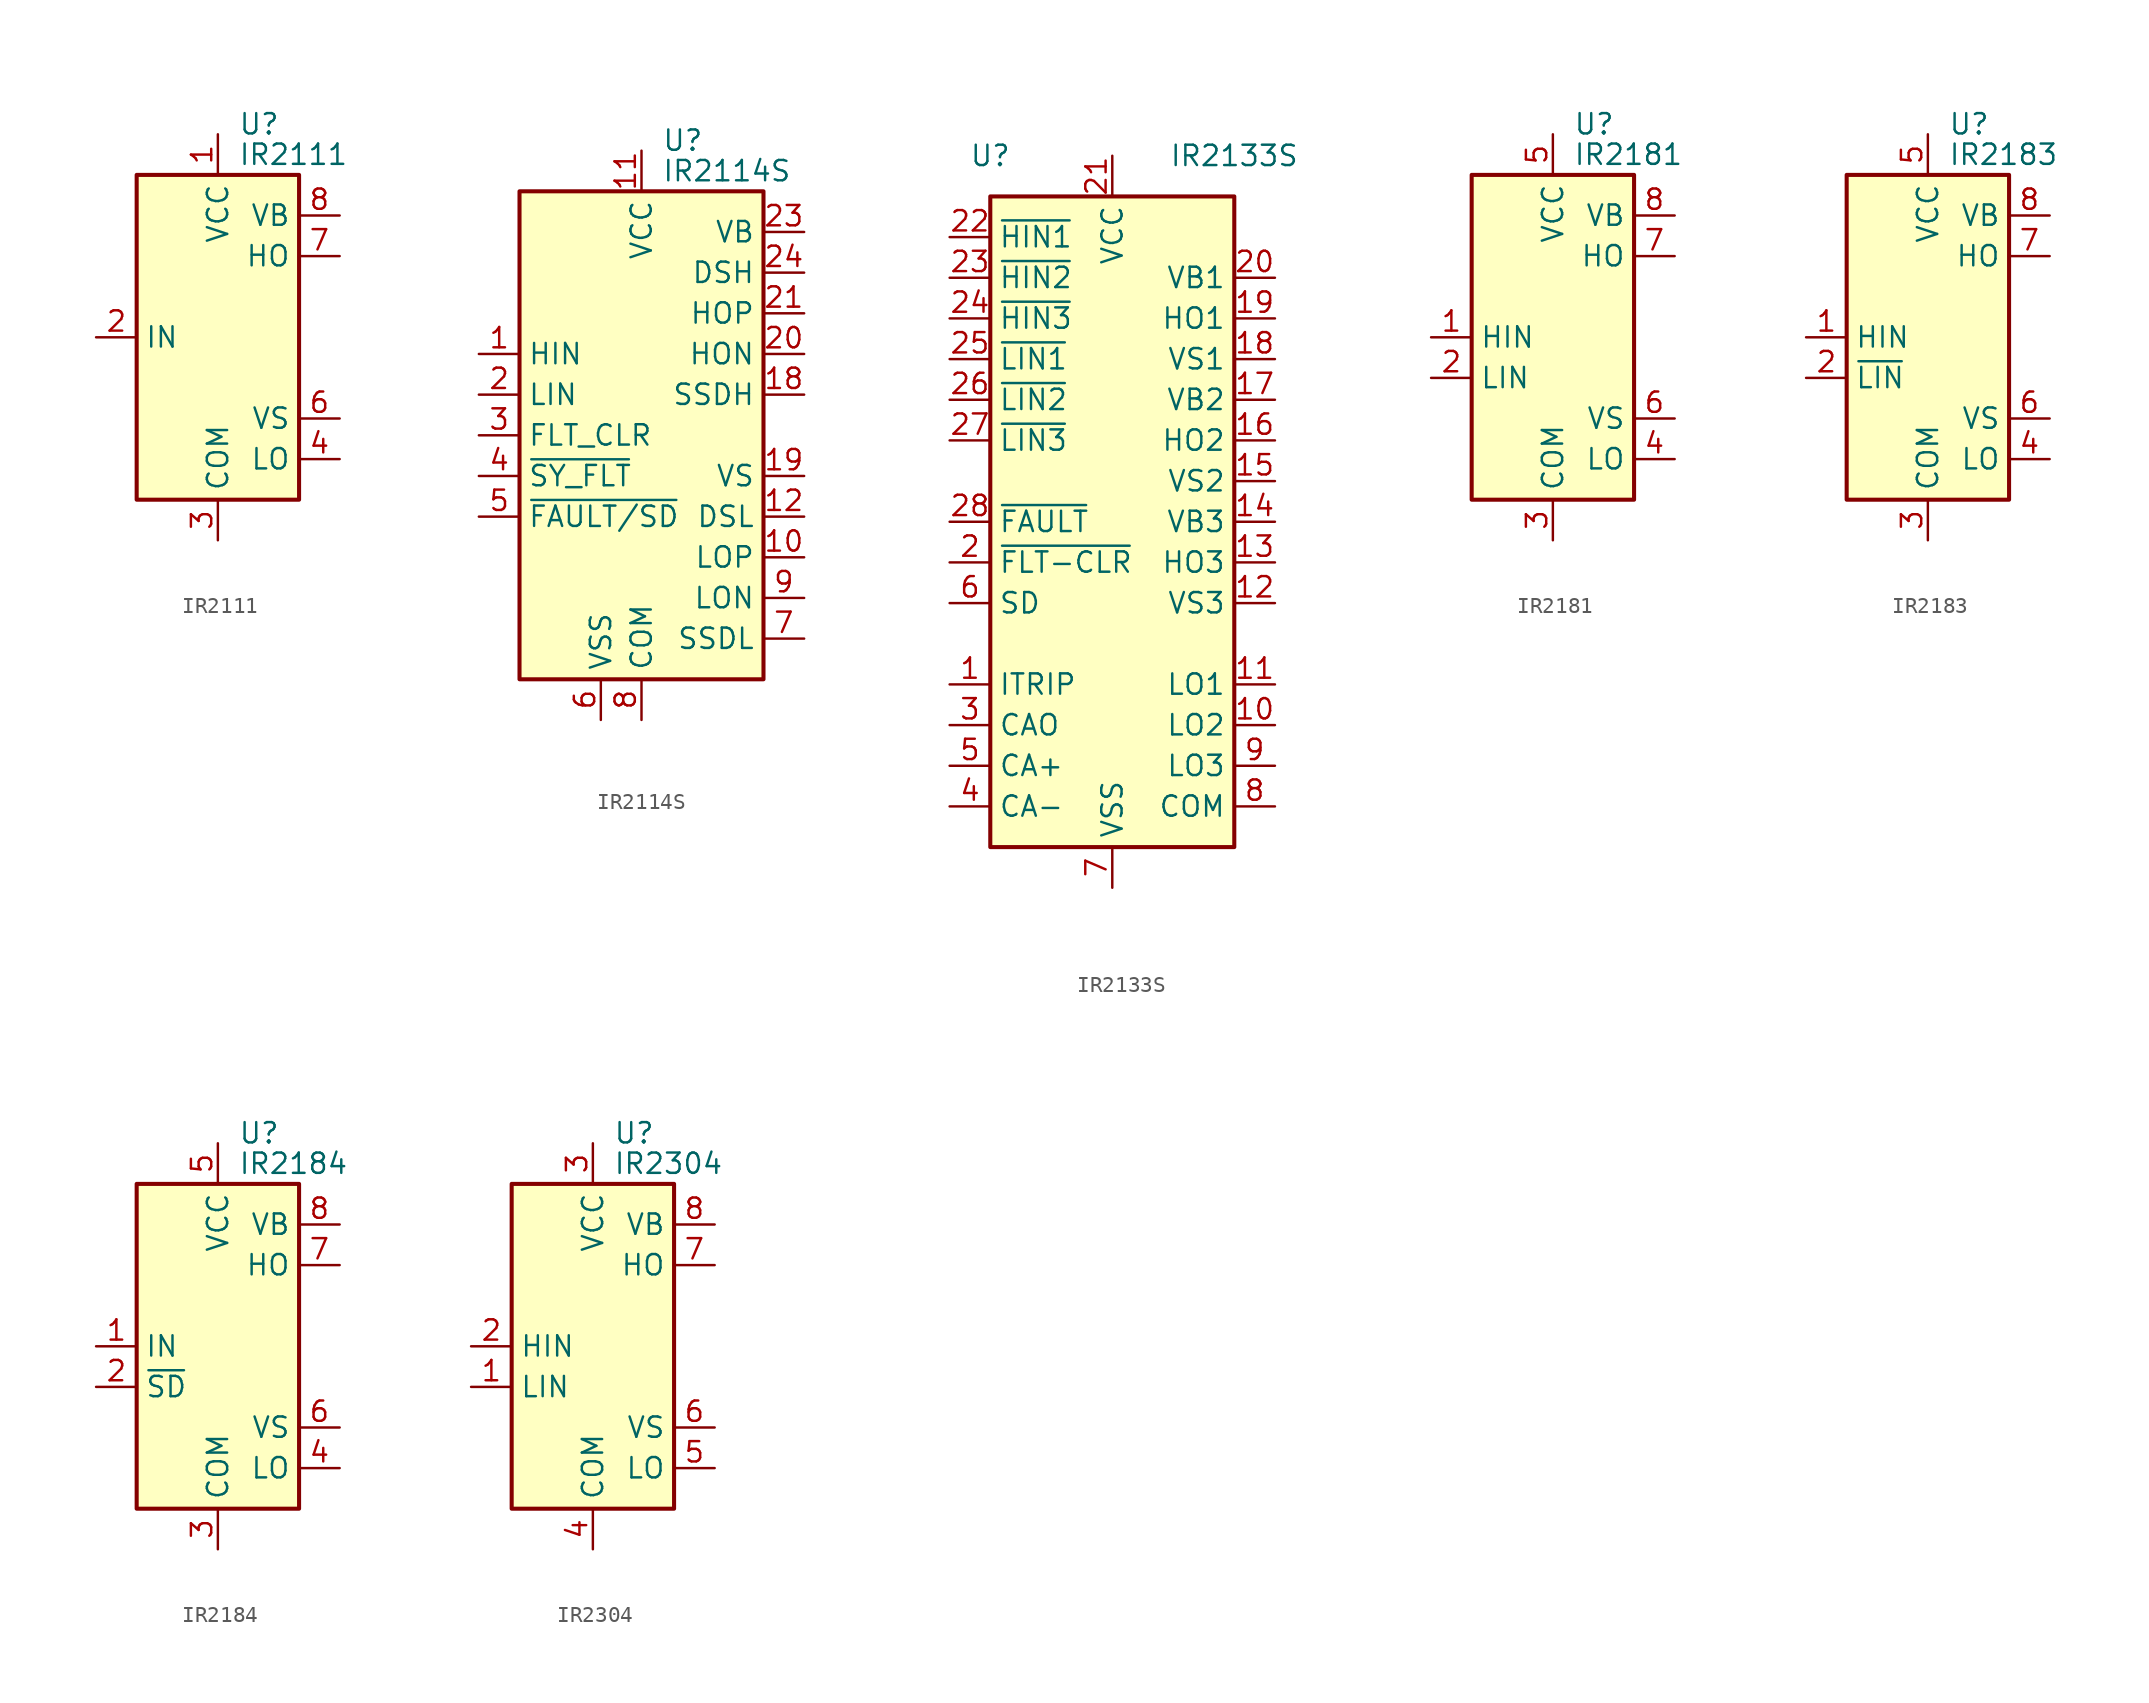
<source format=kicad_sym>
(kicad_symbol_lib
  (version 20241209)
  (generator "kicad_symbol_editor")
  (generator_version "9.0")
  (symbol "IR2111"
    (property "Reference" "U"
      (at 1.27 13.335 0)
      (effects (font (size 1.27 1.27)) (justify left)))
    (property "Value" "IR2111"
      (at 1.27 11.43 0)
      (effects (font (size 1.27 1.27)) (justify left)))
    (symbol "IR2111_0_1"
      (rectangle (start -5.08 -10.16) (end 5.08 10.16) (stroke (width 0.254) (type default)) (fill (type background))))
    (symbol "IR2111_1_1"
      (pin input line (at -7.62 0 0) (length 2.54) (name "IN" (effects (font (size 1.27 1.27)))) (number "2" (effects (font (size 1.27 1.27)))))
      (pin no_connect line (at -5.08 7.62 0) (length 2.54) (hide yes) (name "NC" (effects (font (size 1.27 1.27)))) (number "5" (effects (font (size 1.27 1.27)))))
      (pin power_in line (at 0 12.7 270) (length 2.54) (name "VCC" (effects (font (size 1.27 1.27)))) (number "1" (effects (font (size 1.27 1.27)))))
      (pin power_in line (at 0 -12.7 90) (length 2.54) (name "COM" (effects (font (size 1.27 1.27)))) (number "3" (effects (font (size 1.27 1.27)))))
      (pin passive line (at 7.62 7.62 180) (length 2.54) (name "VB" (effects (font (size 1.27 1.27)))) (number "8" (effects (font (size 1.27 1.27)))))
      (pin output line (at 7.62 5.08 180) (length 2.54) (name "HO" (effects (font (size 1.27 1.27)))) (number "7" (effects (font (size 1.27 1.27)))))
      (pin passive line (at 7.62 -5.08 180) (length 2.54) (name "VS" (effects (font (size 1.27 1.27)))) (number "6" (effects (font (size 1.27 1.27)))))
      (pin output line (at 7.62 -7.62 180) (length 2.54) (name "LO" (effects (font (size 1.27 1.27)))) (number "4" (effects (font (size 1.27 1.27)))))))
  (symbol "IR2114S"
    (property "Reference" "U"
      (at 1.27 18.415 0)
      (effects (font (size 1.27 1.27)) (justify left)))
    (property "Value" "IR2114S"
      (at 1.27 16.51 0)
      (effects (font (size 1.27 1.27)) (justify left)))
    (symbol "IR2114S_0_1"
      (rectangle (start -7.62 -15.24) (end 7.62 15.24) (stroke (width 0.254) (type default)) (fill (type background))))
    (symbol "IR2114S_1_1"
      (pin input line (at -10.16 5.08 0) (length 2.54) (name "HIN" (effects (font (size 1.27 1.27)))) (number "1" (effects (font (size 1.27 1.27)))))
      (pin input line (at -10.16 2.54 0) (length 2.54) (name "LIN" (effects (font (size 1.27 1.27)))) (number "2" (effects (font (size 1.27 1.27)))))
      (pin input line (at -10.16 0 0) (length 2.54) (name "FLT_CLR" (effects (font (size 1.27 1.27)))) (number "3" (effects (font (size 1.27 1.27)))))
      (pin bidirectional line (at -10.16 -2.54 0) (length 2.54) (name "~{SY_FLT}" (effects (font (size 1.27 1.27)))) (number "4" (effects (font (size 1.27 1.27)))))
      (pin bidirectional line (at -10.16 -5.08 0) (length 2.54) (name "~{FAULT/SD}" (effects (font (size 1.27 1.27)))) (number "5" (effects (font (size 1.27 1.27)))))
      (pin no_connect line (at -7.62 12.7 0) (length 2.54) (hide yes) (name "NC" (effects (font (size 1.27 1.27)))) (number "13" (effects (font (size 1.27 1.27)))))
      (pin no_connect line (at -7.62 10.16 0) (length 2.54) (hide yes) (name "NC" (effects (font (size 1.27 1.27)))) (number "14" (effects (font (size 1.27 1.27)))))
      (pin no_connect line (at -7.62 7.62 0) (length 2.54) (hide yes) (name "NC" (effects (font (size 1.27 1.27)))) (number "15" (effects (font (size 1.27 1.27)))))
      (pin no_connect line (at -7.62 -7.62 0) (length 2.54) (hide yes) (name "NC" (effects (font (size 1.27 1.27)))) (number "16" (effects (font (size 1.27 1.27)))))
      (pin no_connect line (at -7.62 -10.16 0) (length 2.54) (hide yes) (name "NC" (effects (font (size 1.27 1.27)))) (number "17" (effects (font (size 1.27 1.27)))))
      (pin no_connect line (at -7.62 -12.7 0) (length 2.54) (hide yes) (name "NC" (effects (font (size 1.27 1.27)))) (number "22" (effects (font (size 1.27 1.27)))))
      (pin power_in line (at -2.54 -17.78 90) (length 2.54) (name "VSS" (effects (font (size 1.27 1.27)))) (number "6" (effects (font (size 1.27 1.27)))))
      (pin power_in line (at 0 17.78 270) (length 2.54) (name "VCC" (effects (font (size 1.27 1.27)))) (number "11" (effects (font (size 1.27 1.27)))))
      (pin power_in line (at 0 -17.78 90) (length 2.54) (name "COM" (effects (font (size 1.27 1.27)))) (number "8" (effects (font (size 1.27 1.27)))))
      (pin passive line (at 10.16 12.7 180) (length 2.54) (name "VB" (effects (font (size 1.27 1.27)))) (number "23" (effects (font (size 1.27 1.27)))))
      (pin input line (at 10.16 10.16 180) (length 2.54) (name "DSH" (effects (font (size 1.27 1.27)))) (number "24" (effects (font (size 1.27 1.27)))))
      (pin output line (at 10.16 7.62 180) (length 2.54) (name "HOP" (effects (font (size 1.27 1.27)))) (number "21" (effects (font (size 1.27 1.27)))))
      (pin output line (at 10.16 5.08 180) (length 2.54) (name "HON" (effects (font (size 1.27 1.27)))) (number "20" (effects (font (size 1.27 1.27)))))
      (pin input line (at 10.16 2.54 180) (length 2.54) (name "SSDH" (effects (font (size 1.27 1.27)))) (number "18" (effects (font (size 1.27 1.27)))))
      (pin passive line (at 10.16 -2.54 180) (length 2.54) (name "VS" (effects (font (size 1.27 1.27)))) (number "19" (effects (font (size 1.27 1.27)))))
      (pin input line (at 10.16 -5.08 180) (length 2.54) (name "DSL" (effects (font (size 1.27 1.27)))) (number "12" (effects (font (size 1.27 1.27)))))
      (pin output line (at 10.16 -7.62 180) (length 2.54) (name "LOP" (effects (font (size 1.27 1.27)))) (number "10" (effects (font (size 1.27 1.27)))))
      (pin output line (at 10.16 -10.16 180) (length 2.54) (name "LON" (effects (font (size 1.27 1.27)))) (number "9" (effects (font (size 1.27 1.27)))))
      (pin input line (at 10.16 -12.7 180) (length 2.54) (name "SSDL" (effects (font (size 1.27 1.27)))) (number "7" (effects (font (size 1.27 1.27)))))))
  (symbol "IR2133S"
    (property "Reference" "U"
      (at -7.62 22.86 0)
      (effects (font (size 1.27 1.27))))
    (property "Value" "IR2133S"
      (at 7.62 22.86 0)
      (effects (font (size 1.27 1.27))))
    (symbol "IR2133S_1_1"
      (rectangle (start -7.62 -20.32) (end 7.62 20.32) (stroke (width 0.254) (type default)) (fill (type background)))
      (pin input line (at -10.16 17.78 0) (length 2.54) (name "~{HIN1}" (effects (font (size 1.27 1.27)))) (number "22" (effects (font (size 1.27 1.27)))))
      (pin input line (at -10.16 15.24 0) (length 2.54) (name "~{HIN2}" (effects (font (size 1.27 1.27)))) (number "23" (effects (font (size 1.27 1.27)))))
      (pin input line (at -10.16 12.7 0) (length 2.54) (name "~{HIN3}" (effects (font (size 1.27 1.27)))) (number "24" (effects (font (size 1.27 1.27)))))
      (pin input line (at -10.16 10.16 0) (length 2.54) (name "~{LIN1}" (effects (font (size 1.27 1.27)))) (number "25" (effects (font (size 1.27 1.27)))))
      (pin input line (at -10.16 7.62 0) (length 2.54) (name "~{LIN2}" (effects (font (size 1.27 1.27)))) (number "26" (effects (font (size 1.27 1.27)))))
      (pin input line (at -10.16 5.08 0) (length 2.54) (name "~{LIN3}" (effects (font (size 1.27 1.27)))) (number "27" (effects (font (size 1.27 1.27)))))
      (pin output line (at -10.16 0 0) (length 2.54) (name "~{FAULT}" (effects (font (size 1.27 1.27)))) (number "28" (effects (font (size 1.27 1.27)))))
      (pin input line (at -10.16 -2.54 0) (length 2.54) (name "~{FLT-CLR}" (effects (font (size 1.27 1.27)))) (number "2" (effects (font (size 1.27 1.27)))))
      (pin input line (at -10.16 -5.08 0) (length 2.54) (name "SD" (effects (font (size 1.27 1.27)))) (number "6" (effects (font (size 1.27 1.27)))))
      (pin input line (at -10.16 -10.16 0) (length 2.54) (name "ITRIP" (effects (font (size 1.27 1.27)))) (number "1" (effects (font (size 1.27 1.27)))))
      (pin output line (at -10.16 -12.7 0) (length 2.54) (name "CAO" (effects (font (size 1.27 1.27)))) (number "3" (effects (font (size 1.27 1.27)))))
      (pin input line (at -10.16 -15.24 0) (length 2.54) (name "CA+" (effects (font (size 1.27 1.27)))) (number "5" (effects (font (size 1.27 1.27)))))
      (pin input line (at -10.16 -17.78 0) (length 2.54) (name "CA-" (effects (font (size 1.27 1.27)))) (number "4" (effects (font (size 1.27 1.27)))))
      (pin power_in line (at 0 22.86 270) (length 2.54) (name "VCC" (effects (font (size 1.27 1.27)))) (number "21" (effects (font (size 1.27 1.27)))))
      (pin power_in line (at 0 -22.86 90) (length 2.54) (name "VSS" (effects (font (size 1.27 1.27)))) (number "7" (effects (font (size 1.27 1.27)))))
      (pin passive line (at 10.16 15.24 180) (length 2.54) (name "VB1" (effects (font (size 1.27 1.27)))) (number "20" (effects (font (size 1.27 1.27)))))
      (pin output line (at 10.16 12.7 180) (length 2.54) (name "HO1" (effects (font (size 1.27 1.27)))) (number "19" (effects (font (size 1.27 1.27)))))
      (pin passive line (at 10.16 10.16 180) (length 2.54) (name "VS1" (effects (font (size 1.27 1.27)))) (number "18" (effects (font (size 1.27 1.27)))))
      (pin passive line (at 10.16 7.62 180) (length 2.54) (name "VB2" (effects (font (size 1.27 1.27)))) (number "17" (effects (font (size 1.27 1.27)))))
      (pin output line (at 10.16 5.08 180) (length 2.54) (name "HO2" (effects (font (size 1.27 1.27)))) (number "16" (effects (font (size 1.27 1.27)))))
      (pin passive line (at 10.16 2.54 180) (length 2.54) (name "VS2" (effects (font (size 1.27 1.27)))) (number "15" (effects (font (size 1.27 1.27)))))
      (pin passive line (at 10.16 0 180) (length 2.54) (name "VB3" (effects (font (size 1.27 1.27)))) (number "14" (effects (font (size 1.27 1.27)))))
      (pin output line (at 10.16 -2.54 180) (length 2.54) (name "HO3" (effects (font (size 1.27 1.27)))) (number "13" (effects (font (size 1.27 1.27)))))
      (pin passive line (at 10.16 -5.08 180) (length 2.54) (name "VS3" (effects (font (size 1.27 1.27)))) (number "12" (effects (font (size 1.27 1.27)))))
      (pin output line (at 10.16 -10.16 180) (length 2.54) (name "LO1" (effects (font (size 1.27 1.27)))) (number "11" (effects (font (size 1.27 1.27)))))
      (pin output line (at 10.16 -12.7 180) (length 2.54) (name "LO2" (effects (font (size 1.27 1.27)))) (number "10" (effects (font (size 1.27 1.27)))))
      (pin output line (at 10.16 -15.24 180) (length 2.54) (name "LO3" (effects (font (size 1.27 1.27)))) (number "9" (effects (font (size 1.27 1.27)))))
      (pin passive line (at 10.16 -17.78 180) (length 2.54) (name "COM" (effects (font (size 1.27 1.27)))) (number "8" (effects (font (size 1.27 1.27)))))))
  (symbol "IR2181"
    (property "Reference" "U"
      (at 1.27 13.335 0)
      (effects (font (size 1.27 1.27)) (justify left)))
    (property "Value" "IR2181"
      (at 1.27 11.43 0)
      (effects (font (size 1.27 1.27)) (justify left)))
    (symbol "IR2181_0_1"
      (rectangle (start -5.08 -10.16) (end 5.08 10.16) (stroke (width 0.254) (type default)) (fill (type background))))
    (symbol "IR2181_1_1"
      (pin input line (at -7.62 0 0) (length 2.54) (name "HIN" (effects (font (size 1.27 1.27)))) (number "1" (effects (font (size 1.27 1.27)))))
      (pin input line (at -7.62 -2.54 0) (length 2.54) (name "LIN" (effects (font (size 1.27 1.27)))) (number "2" (effects (font (size 1.27 1.27)))))
      (pin power_in line (at 0 12.7 270) (length 2.54) (name "VCC" (effects (font (size 1.27 1.27)))) (number "5" (effects (font (size 1.27 1.27)))))
      (pin power_in line (at 0 -12.7 90) (length 2.54) (name "COM" (effects (font (size 1.27 1.27)))) (number "3" (effects (font (size 1.27 1.27)))))
      (pin passive line (at 7.62 7.62 180) (length 2.54) (name "VB" (effects (font (size 1.27 1.27)))) (number "8" (effects (font (size 1.27 1.27)))))
      (pin output line (at 7.62 5.08 180) (length 2.54) (name "HO" (effects (font (size 1.27 1.27)))) (number "7" (effects (font (size 1.27 1.27)))))
      (pin passive line (at 7.62 -5.08 180) (length 2.54) (name "VS" (effects (font (size 1.27 1.27)))) (number "6" (effects (font (size 1.27 1.27)))))
      (pin output line (at 7.62 -7.62 180) (length 2.54) (name "LO" (effects (font (size 1.27 1.27)))) (number "4" (effects (font (size 1.27 1.27)))))))
  (symbol "IR2183"
    (property "Reference" "U"
      (at 1.27 13.335 0)
      (effects (font (size 1.27 1.27)) (justify left)))
    (property "Value" "IR2183"
      (at 1.27 11.43 0)
      (effects (font (size 1.27 1.27)) (justify left)))
    (symbol "IR2183_0_1"
      (rectangle (start -5.08 -10.16) (end 5.08 10.16) (stroke (width 0.254) (type default)) (fill (type background))))
    (symbol "IR2183_1_1"
      (pin input line (at -7.62 0 0) (length 2.54) (name "HIN" (effects (font (size 1.27 1.27)))) (number "1" (effects (font (size 1.27 1.27)))))
      (pin input line (at -7.62 -2.54 0) (length 2.54) (name "~{LIN}" (effects (font (size 1.27 1.27)))) (number "2" (effects (font (size 1.27 1.27)))))
      (pin power_in line (at 0 12.7 270) (length 2.54) (name "VCC" (effects (font (size 1.27 1.27)))) (number "5" (effects (font (size 1.27 1.27)))))
      (pin power_in line (at 0 -12.7 90) (length 2.54) (name "COM" (effects (font (size 1.27 1.27)))) (number "3" (effects (font (size 1.27 1.27)))))
      (pin passive line (at 7.62 7.62 180) (length 2.54) (name "VB" (effects (font (size 1.27 1.27)))) (number "8" (effects (font (size 1.27 1.27)))))
      (pin output line (at 7.62 5.08 180) (length 2.54) (name "HO" (effects (font (size 1.27 1.27)))) (number "7" (effects (font (size 1.27 1.27)))))
      (pin passive line (at 7.62 -5.08 180) (length 2.54) (name "VS" (effects (font (size 1.27 1.27)))) (number "6" (effects (font (size 1.27 1.27)))))
      (pin output line (at 7.62 -7.62 180) (length 2.54) (name "LO" (effects (font (size 1.27 1.27)))) (number "4" (effects (font (size 1.27 1.27)))))))
  (symbol "IR2184"
    (property "Reference" "U"
      (at 1.27 13.335 0)
      (effects (font (size 1.27 1.27)) (justify left)))
    (property "Value" "IR2184"
      (at 1.27 11.43 0)
      (effects (font (size 1.27 1.27)) (justify left)))
    (symbol "IR2184_0_1"
      (rectangle (start -5.08 -10.16) (end 5.08 10.16) (stroke (width 0.254) (type default)) (fill (type background))))
    (symbol "IR2184_1_1"
      (pin input line (at -7.62 0 0) (length 2.54) (name "IN" (effects (font (size 1.27 1.27)))) (number "1" (effects (font (size 1.27 1.27)))))
      (pin input line (at -7.62 -2.54 0) (length 2.54) (name "~{SD}" (effects (font (size 1.27 1.27)))) (number "2" (effects (font (size 1.27 1.27)))))
      (pin power_in line (at 0 12.7 270) (length 2.54) (name "VCC" (effects (font (size 1.27 1.27)))) (number "5" (effects (font (size 1.27 1.27)))))
      (pin power_in line (at 0 -12.7 90) (length 2.54) (name "COM" (effects (font (size 1.27 1.27)))) (number "3" (effects (font (size 1.27 1.27)))))
      (pin passive line (at 7.62 7.62 180) (length 2.54) (name "VB" (effects (font (size 1.27 1.27)))) (number "8" (effects (font (size 1.27 1.27)))))
      (pin output line (at 7.62 5.08 180) (length 2.54) (name "HO" (effects (font (size 1.27 1.27)))) (number "7" (effects (font (size 1.27 1.27)))))
      (pin passive line (at 7.62 -5.08 180) (length 2.54) (name "VS" (effects (font (size 1.27 1.27)))) (number "6" (effects (font (size 1.27 1.27)))))
      (pin output line (at 7.62 -7.62 180) (length 2.54) (name "LO" (effects (font (size 1.27 1.27)))) (number "4" (effects (font (size 1.27 1.27)))))))
  (symbol "IR2304"
    (property "Reference" "U"
      (at 1.27 13.335 0)
      (effects (font (size 1.27 1.27)) (justify left)))
    (property "Value" "IR2304"
      (at 1.27 11.43 0)
      (effects (font (size 1.27 1.27)) (justify left)))
    (symbol "IR2304_0_1"
      (rectangle (start -5.08 -10.16) (end 5.08 10.16) (stroke (width 0.254) (type default)) (fill (type background))))
    (symbol "IR2304_1_1"
      (pin input line (at -7.62 0 0) (length 2.54) (name "HIN" (effects (font (size 1.27 1.27)))) (number "2" (effects (font (size 1.27 1.27)))))
      (pin input line (at -7.62 -2.54 0) (length 2.54) (name "LIN" (effects (font (size 1.27 1.27)))) (number "1" (effects (font (size 1.27 1.27)))))
      (pin power_in line (at 0 12.7 270) (length 2.54) (name "VCC" (effects (font (size 1.27 1.27)))) (number "3" (effects (font (size 1.27 1.27)))))
      (pin power_in line (at 0 -12.7 90) (length 2.54) (name "COM" (effects (font (size 1.27 1.27)))) (number "4" (effects (font (size 1.27 1.27)))))
      (pin passive line (at 7.62 7.62 180) (length 2.54) (name "VB" (effects (font (size 1.27 1.27)))) (number "8" (effects (font (size 1.27 1.27)))))
      (pin output line (at 7.62 5.08 180) (length 2.54) (name "HO" (effects (font (size 1.27 1.27)))) (number "7" (effects (font (size 1.27 1.27)))))
      (pin passive line (at 7.62 -5.08 180) (length 2.54) (name "VS" (effects (font (size 1.27 1.27)))) (number "6" (effects (font (size 1.27 1.27)))))
      (pin output line (at 7.62 -7.62 180) (length 2.54) (name "LO" (effects (font (size 1.27 1.27)))) (number "5" (effects (font (size 1.27 1.27))))))))
</source>
